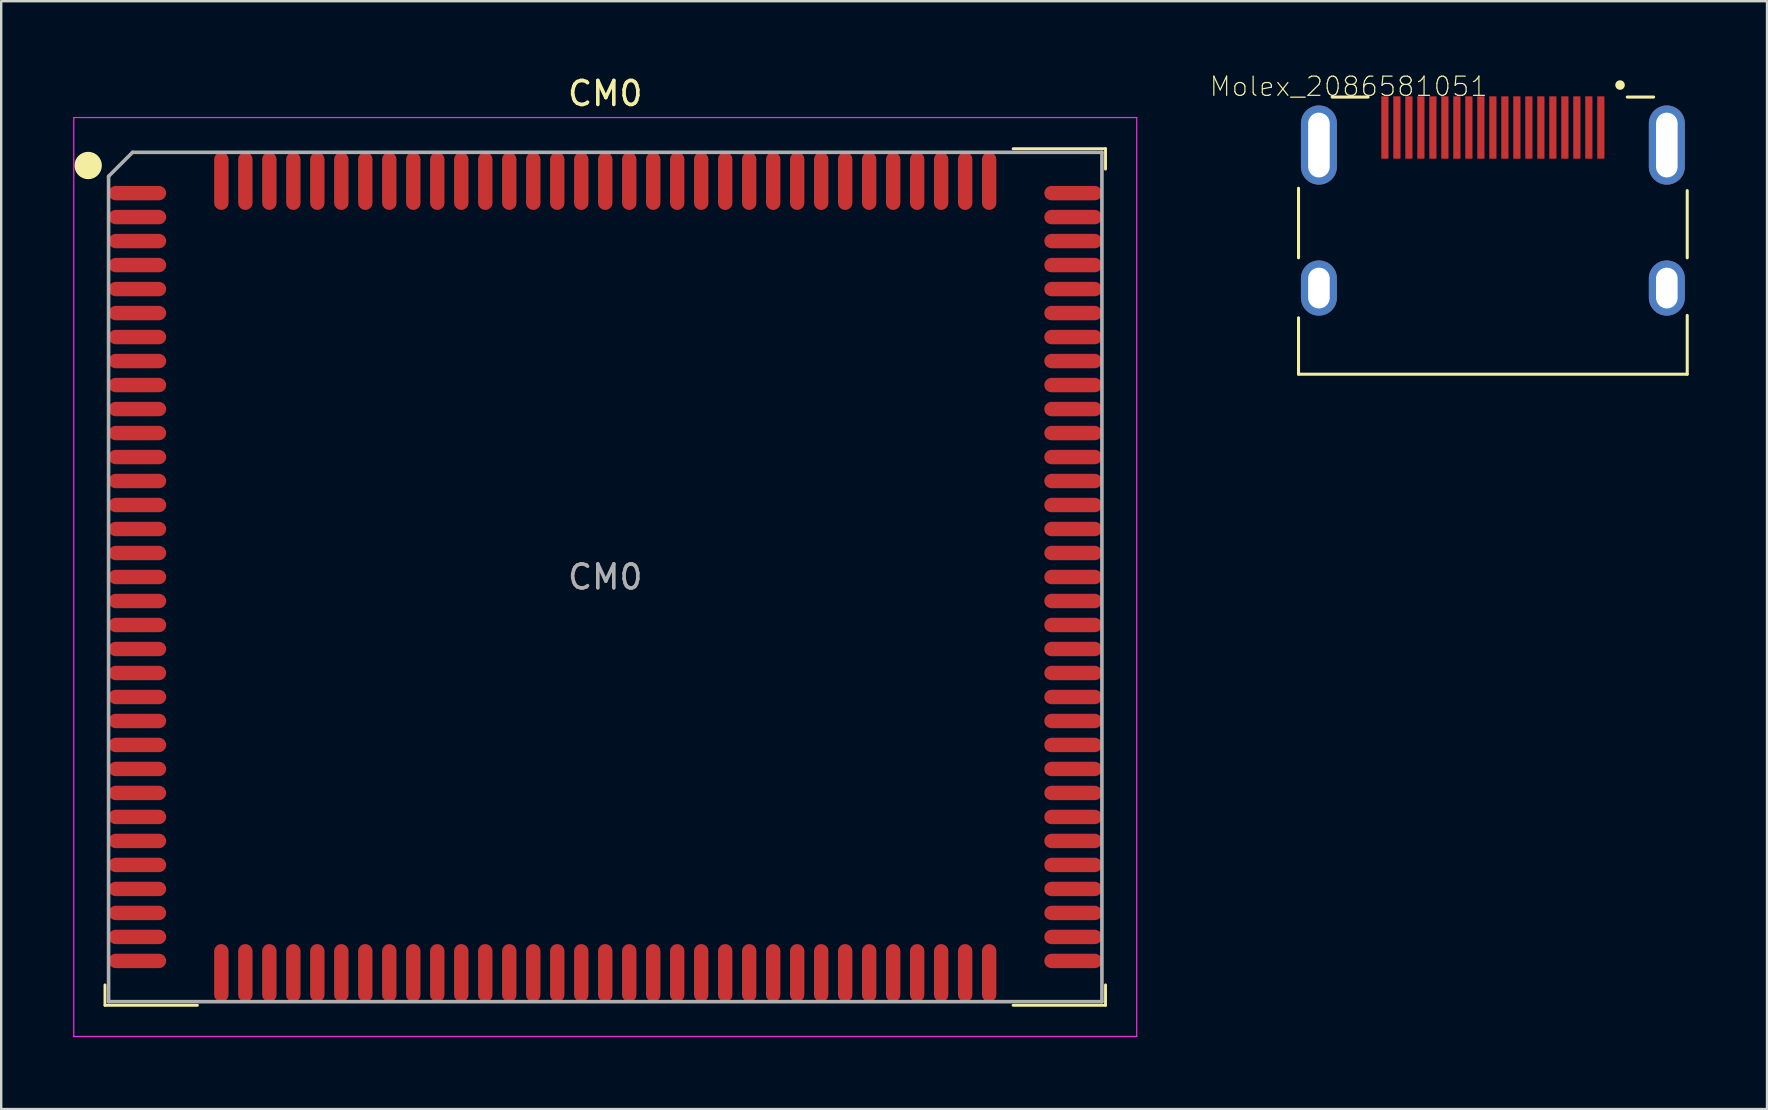
<source format=kicad_pcb>
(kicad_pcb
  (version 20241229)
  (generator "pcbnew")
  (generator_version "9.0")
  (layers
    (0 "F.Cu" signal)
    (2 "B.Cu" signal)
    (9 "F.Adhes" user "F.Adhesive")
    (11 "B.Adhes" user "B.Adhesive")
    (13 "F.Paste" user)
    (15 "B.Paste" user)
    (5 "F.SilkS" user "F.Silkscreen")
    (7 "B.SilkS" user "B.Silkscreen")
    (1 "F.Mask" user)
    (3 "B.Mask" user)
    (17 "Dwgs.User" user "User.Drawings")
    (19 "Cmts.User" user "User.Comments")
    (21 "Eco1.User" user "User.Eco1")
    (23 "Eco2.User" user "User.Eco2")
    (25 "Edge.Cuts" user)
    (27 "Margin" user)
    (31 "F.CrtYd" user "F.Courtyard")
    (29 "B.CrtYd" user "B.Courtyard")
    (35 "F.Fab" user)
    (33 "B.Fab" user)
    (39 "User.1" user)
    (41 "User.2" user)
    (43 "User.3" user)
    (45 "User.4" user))
  (footprint "Molex_2086581051"
    (layer "F.Cu")
    (at 59.169 2.995)
    (property "Reference" "Molex_2086581051" (at -6.011 -2.439 0) (layer "F.SilkS") (effects (font (size 0.8 0.8) (thickness 0.05))))
    (attr through_hole)
    (fp_line (start -8.1 4.7) (end -8.1 1.8) (stroke (width 0.127) (type solid)) (layer "F.SilkS"))
    (fp_line (start -8.1 9.55) (end -8.1 7.2) (stroke (width 0.127) (type solid)) (layer "F.SilkS"))
    (fp_line (start -8.1 9.55) (end 8.1 9.55) (stroke (width 0.127) (type solid)) (layer "F.SilkS"))
    (fp_line (start -6.7 -2) (end -5.2 -2) (stroke (width 0.127) (type solid)) (layer "F.SilkS"))
    (fp_line (start 5.6 -2) (end 6.7 -2) (stroke (width 0.127) (type solid)) (layer "F.SilkS"))
    (fp_line (start 8.1 1.9) (end 8.1 4.7) (stroke (width 0.127) (type solid)) (layer "F.SilkS"))
    (fp_line (start 8.1 7.1) (end 8.1 9.55) (stroke (width 0.127) (type solid)) (layer "F.SilkS"))
    (fp_circle (center 5.3 -2.5) (end 5.4 -2.5) (stroke (width 0.2) (type solid)) (fill no) (layer "F.SilkS"))
    (fp_line (start -8.35 -2.2) (end 8.4 -2.2) (stroke (width 0.05) (type solid)) (layer "Eco1.User"))
    (fp_line (start -8.35 8.5) (end -8.35 -2.2) (stroke (width 0.05) (type solid)) (layer "Eco1.User"))
    (fp_line (start -8.35 9.5) (end -8.35 8.5) (stroke (width 0.05) (type solid)) (layer "Eco1.User"))
    (fp_line (start 8.4 -2.2) (end 8.4 9.5) (stroke (width 0.05) (type solid)) (layer "Eco1.User"))
    (fp_line (start 8.4 9.5) (end -8.35 9.5) (stroke (width 0.05) (type solid)) (layer "Eco1.User"))
    (fp_line (start -8.1 -2) (end 8.1 -2) (stroke (width 0.127) (type solid)) (layer "Eco2.User"))
    (fp_line (start -8.1 8.5) (end -8.1 -2) (stroke (width 0.127) (type solid)) (layer "Eco2.User"))
    (fp_line (start -8.1 10.55) (end -8.1 8.5) (stroke (width 0.127) (type solid)) (layer "Eco2.User"))
    (fp_line (start 8.1 -2) (end 8.1 8.5) (stroke (width 0.127) (type solid)) (layer "Eco2.User"))
    (fp_line (start 8.1 8.5) (end 8.1 10.55) (stroke (width 0.127) (type solid)) (layer "Eco2.User"))
    (fp_line (start 8.1 10.55) (end -8.1 10.55) (stroke (width 0.127) (type solid)) (layer "Eco2.User"))
    (pad "1" smd rect (at 4.5 -0.73 90) (size 2.6 0.3) (layers "F.Cu" "F.Mask" "F.Paste"))
    (pad "2" smd rect (at 4 -0.73 90) (size 2.6 0.3) (layers "F.Cu" "F.Mask" "F.Paste"))
    (pad "3" smd rect (at 3.5 -0.73 90) (size 2.6 0.3) (layers "F.Cu" "F.Mask" "F.Paste"))
    (pad "4" smd rect (at 3 -0.73 90) (size 2.6 0.3) (layers "F.Cu" "F.Mask" "F.Paste"))
    (pad "5" smd rect (at 2.5 -0.73 90) (size 2.6 0.3) (layers "F.Cu" "F.Mask" "F.Paste"))
    (pad "6" smd rect (at 2 -0.73 90) (size 2.6 0.3) (layers "F.Cu" "F.Mask" "F.Paste"))
    (pad "7" smd rect (at 1.5 -0.73 90) (size 2.6 0.3) (layers "F.Cu" "F.Mask" "F.Paste"))
    (pad "8" smd rect (at 1 -0.73 90) (size 2.6 0.3) (layers "F.Cu" "F.Mask" "F.Paste"))
    (pad "9" smd rect (at 0.5 -0.73 90) (size 2.6 0.3) (layers "F.Cu" "F.Mask" "F.Paste"))
    (pad "10" smd rect (at 0 -0.73 90) (size 2.6 0.3) (layers "F.Cu" "F.Mask" "F.Paste"))
    (pad "11" smd rect (at -0.5 -0.73 90) (size 2.6 0.3) (layers "F.Cu" "F.Mask" "F.Paste"))
    (pad "12" smd rect (at -1 -0.73 90) (size 2.6 0.3) (layers "F.Cu" "F.Mask" "F.Paste"))
    (pad "13" smd rect (at -1.5 -0.73 90) (size 2.6 0.3) (layers "F.Cu" "F.Mask" "F.Paste"))
    (pad "14" smd rect (at -2 -0.73 90) (size 2.6 0.3) (layers "F.Cu" "F.Mask" "F.Paste"))
    (pad "15" smd rect (at -2.5 -0.73 90) (size 2.6 0.3) (layers "F.Cu" "F.Mask" "F.Paste"))
    (pad "16" smd rect (at -3 -0.73 90) (size 2.6 0.3) (layers "F.Cu" "F.Mask" "F.Paste"))
    (pad "17" smd rect (at -3.5 -0.73 90) (size 2.6 0.3) (layers "F.Cu" "F.Mask" "F.Paste"))
    (pad "18" smd rect (at -4 -0.73 90) (size 2.6 0.3) (layers "F.Cu" "F.Mask" "F.Paste"))
    (pad "19" smd rect (at -4.5 -0.73 90) (size 2.6 0.3) (layers "F.Cu" "F.Mask" "F.Paste"))
    (pad "SH1" thru_hole oval (at 7.25 0) (size 1.5 3.3) (drill oval 0.9 2.7) (layers "*.Cu" "*.Mask"))
    (pad "SH2" thru_hole oval (at -7.25 0) (size 1.5 3.3) (drill oval 0.9 2.7) (layers "*.Cu" "*.Mask"))
    (pad "SH3" thru_hole oval (at -7.25 5.96) (size 1.5 2.3) (drill oval 0.9 1.7) (layers "*.Cu" "*.Mask"))
    (pad "SH4" thru_hole oval (at 7.25 5.96) (size 1.5 2.3) (drill oval 0.9 1.7) (layers "*.Cu" "*.Mask")))
  (footprint "CM0"
    (layer "F.Cu")
    (at 22.175 20.998)
    (property "Reference" "CM0" (at 0 -20.15 0) (layer "F.SilkS") (effects (font (size 1 1) (thickness 0.15))))
    (attr smd)
    (fp_line (start -20.85 17.85) (end -20.85 17) (stroke (width 0.12) (type default)) (layer "F.SilkS"))
    (fp_line (start -17 17.85) (end -20.85 17.85) (stroke (width 0.12) (type default)) (layer "F.SilkS"))
    (fp_line (start 17 -17.85) (end 20.85 -17.85) (stroke (width 0.12) (type default)) (layer "F.SilkS"))
    (fp_line (start 17 17.85) (end 20.85 17.85) (stroke (width 0.12) (type default)) (layer "F.SilkS"))
    (fp_line (start 20.85 -17.85) (end 20.85 -17) (stroke (width 0.12) (type default)) (layer "F.SilkS"))
    (fp_line (start 20.85 17.85) (end 20.85 17) (stroke (width 0.12) (type default)) (layer "F.SilkS"))
    (fp_circle (center -21.55 -17.15) (end -21.35 -16.9) (stroke (width 0.5) (type default)) (fill yes) (layer "F.SilkS"))
    (fp_line (start -22.15 -19.15) (end 22.15 -19.15) (stroke (width 0.05) (type default)) (layer "F.CrtYd"))
    (fp_line (start -22.15 19.15) (end -22.15 -19.15) (stroke (width 0.05) (type default)) (layer "F.CrtYd"))
    (fp_line (start 22.15 -19.15) (end 22.15 19.15) (stroke (width 0.05) (type default)) (layer "F.CrtYd"))
    (fp_line (start 22.15 19.15) (end -22.15 19.15) (stroke (width 0.05) (type default)) (layer "F.CrtYd"))
    (fp_line (start -20.7 -16.7) (end -20.7 17.7) (stroke (width 0.15) (type default)) (layer "F.Fab"))
    (fp_line (start -20.7 17.7) (end 20.7 17.7) (stroke (width 0.15) (type default)) (layer "F.Fab"))
    (fp_line (start -19.7 -17.7) (end -20.7 -16.7) (stroke (width 0.15) (type default)) (layer "F.Fab"))
    (fp_line (start 20.7 -17.7) (end -19.7 -17.7) (stroke (width 0.15) (type default)) (layer "F.Fab"))
    (fp_line (start 20.7 17.7) (end 20.7 -17.7) (stroke (width 0.15) (type default)) (layer "F.Fab"))
    (fp_text user "${REFERENCE}" (at 0 0 0) (layer "F.Fab") (effects (font (size 1 1) (thickness 0.15))))
    (pad "1" smd oval (at -19.5 -16 90) (size 0.6 2.4) (layers "F.Cu" "F.Mask" "F.Paste"))
    (pad "2" smd oval (at -19.5 -15 90) (size 0.6 2.4) (layers "F.Cu" "F.Mask" "F.Paste"))
    (pad "3" smd oval (at -19.5 -14 90) (size 0.6 2.4) (layers "F.Cu" "F.Mask" "F.Paste"))
    (pad "4" smd oval (at -19.5 -13 90) (size 0.6 2.4) (layers "F.Cu" "F.Mask" "F.Paste"))
    (pad "5" smd oval (at -19.5 -12 90) (size 0.6 2.4) (layers "F.Cu" "F.Mask" "F.Paste"))
    (pad "6" smd oval (at -19.5 -11 90) (size 0.6 2.4) (layers "F.Cu" "F.Mask" "F.Paste"))
    (pad "7" smd oval (at -19.5 -10 90) (size 0.6 2.4) (layers "F.Cu" "F.Mask" "F.Paste"))
    (pad "8" smd oval (at -19.5 -9 90) (size 0.6 2.4) (layers "F.Cu" "F.Mask" "F.Paste"))
    (pad "9" smd oval (at -19.5 -8 90) (size 0.6 2.4) (layers "F.Cu" "F.Mask" "F.Paste"))
    (pad "10" smd oval (at -19.5 -7 90) (size 0.6 2.4) (layers "F.Cu" "F.Mask" "F.Paste"))
    (pad "11" smd oval (at -19.5 -6 90) (size 0.6 2.4) (layers "F.Cu" "F.Mask" "F.Paste"))
    (pad "12" smd oval (at -19.5 -5 90) (size 0.6 2.4) (layers "F.Cu" "F.Mask" "F.Paste"))
    (pad "13" smd oval (at -19.5 -4 90) (size 0.6 2.4) (layers "F.Cu" "F.Mask" "F.Paste"))
    (pad "14" smd oval (at -19.5 -3 90) (size 0.6 2.4) (layers "F.Cu" "F.Mask" "F.Paste"))
    (pad "15" smd oval (at -19.5 -2 90) (size 0.6 2.4) (layers "F.Cu" "F.Mask" "F.Paste"))
    (pad "16" smd oval (at -19.5 -1 90) (size 0.6 2.4) (layers "F.Cu" "F.Mask" "F.Paste"))
    (pad "17" smd oval (at -19.5 0 90) (size 0.6 2.4) (layers "F.Cu" "F.Mask" "F.Paste"))
    (pad "18" smd oval (at -19.5 1 90) (size 0.6 2.4) (layers "F.Cu" "F.Mask" "F.Paste"))
    (pad "19" smd oval (at -19.5 2 90) (size 0.6 2.4) (layers "F.Cu" "F.Mask" "F.Paste"))
    (pad "20" smd oval (at -19.5 3 90) (size 0.6 2.4) (layers "F.Cu" "F.Mask" "F.Paste"))
    (pad "21" smd oval (at -19.5 4 90) (size 0.6 2.4) (layers "F.Cu" "F.Mask" "F.Paste"))
    (pad "22" smd oval (at -19.5 5 90) (size 0.6 2.4) (layers "F.Cu" "F.Mask" "F.Paste"))
    (pad "23" smd oval (at -19.5 6 90) (size 0.6 2.4) (layers "F.Cu" "F.Mask" "F.Paste"))
    (pad "24" smd oval (at -19.5 7 90) (size 0.6 2.4) (layers "F.Cu" "F.Mask" "F.Paste"))
    (pad "25" smd oval (at -19.5 8 90) (size 0.6 2.4) (layers "F.Cu" "F.Mask" "F.Paste"))
    (pad "26" smd oval (at -19.5 9 90) (size 0.6 2.4) (layers "F.Cu" "F.Mask" "F.Paste"))
    (pad "27" smd oval (at -19.5 10 90) (size 0.6 2.4) (layers "F.Cu" "F.Mask" "F.Paste"))
    (pad "28" smd oval (at -19.5 11 90) (size 0.6 2.4) (layers "F.Cu" "F.Mask" "F.Paste"))
    (pad "29" smd oval (at -19.5 12 90) (size 0.6 2.4) (layers "F.Cu" "F.Mask" "F.Paste"))
    (pad "30" smd oval (at -19.5 13 90) (size 0.6 2.4) (layers "F.Cu" "F.Mask" "F.Paste"))
    (pad "31" smd oval (at -19.5 14 90) (size 0.6 2.4) (layers "F.Cu" "F.Mask" "F.Paste"))
    (pad "32" smd oval (at -19.5 15 90) (size 0.6 2.4) (layers "F.Cu" "F.Mask" "F.Paste"))
    (pad "33" smd oval (at -19.5 16 90) (size 0.6 2.4) (layers "F.Cu" "F.Mask" "F.Paste"))
    (pad "34" smd oval (at -16 16.5) (size 0.6 2.4) (layers "F.Cu" "F.Mask" "F.Paste"))
    (pad "35" smd oval (at -15 16.5) (size 0.6 2.4) (layers "F.Cu" "F.Mask" "F.Paste"))
    (pad "36" smd oval (at -14 16.5) (size 0.6 2.4) (layers "F.Cu" "F.Mask" "F.Paste"))
    (pad "37" smd oval (at -13 16.5) (size 0.6 2.4) (layers "F.Cu" "F.Mask" "F.Paste"))
    (pad "38" smd oval (at -12 16.5) (size 0.6 2.4) (layers "F.Cu" "F.Mask" "F.Paste"))
    (pad "39" smd oval (at -11 16.5) (size 0.6 2.4) (layers "F.Cu" "F.Mask" "F.Paste"))
    (pad "40" smd oval (at -10 16.5) (size 0.6 2.4) (layers "F.Cu" "F.Mask" "F.Paste"))
    (pad "41" smd oval (at -9 16.5) (size 0.6 2.4) (layers "F.Cu" "F.Mask" "F.Paste"))
    (pad "42" smd oval (at -8 16.5) (size 0.6 2.4) (layers "F.Cu" "F.Mask" "F.Paste"))
    (pad "43" smd oval (at -7 16.5) (size 0.6 2.4) (layers "F.Cu" "F.Mask" "F.Paste"))
    (pad "44" smd oval (at -6 16.5) (size 0.6 2.4) (layers "F.Cu" "F.Mask" "F.Paste"))
    (pad "45" smd oval (at -5 16.5) (size 0.6 2.4) (layers "F.Cu" "F.Mask" "F.Paste"))
    (pad "46" smd oval (at -4 16.5) (size 0.6 2.4) (layers "F.Cu" "F.Mask" "F.Paste"))
    (pad "47" smd oval (at -3 16.5) (size 0.6 2.4) (layers "F.Cu" "F.Mask" "F.Paste"))
    (pad "48" smd oval (at -2 16.5) (size 0.6 2.4) (layers "F.Cu" "F.Mask" "F.Paste"))
    (pad "49" smd oval (at -1 16.5) (size 0.6 2.4) (layers "F.Cu" "F.Mask" "F.Paste"))
    (pad "50" smd oval (at 0 16.5) (size 0.6 2.4) (layers "F.Cu" "F.Mask" "F.Paste"))
    (pad "51" smd oval (at 1 16.5) (size 0.6 2.4) (layers "F.Cu" "F.Mask" "F.Paste"))
    (pad "52" smd oval (at 2 16.5) (size 0.6 2.4) (layers "F.Cu" "F.Mask" "F.Paste"))
    (pad "53" smd oval (at 3 16.5) (size 0.6 2.4) (layers "F.Cu" "F.Mask" "F.Paste"))
    (pad "54" smd oval (at 4 16.5) (size 0.6 2.4) (layers "F.Cu" "F.Mask" "F.Paste"))
    (pad "55" smd oval (at 5 16.5) (size 0.6 2.4) (layers "F.Cu" "F.Mask" "F.Paste"))
    (pad "56" smd oval (at 6 16.5) (size 0.6 2.4) (layers "F.Cu" "F.Mask" "F.Paste"))
    (pad "57" smd oval (at 7 16.5) (size 0.6 2.4) (layers "F.Cu" "F.Mask" "F.Paste"))
    (pad "58" smd oval (at 8 16.5) (size 0.6 2.4) (layers "F.Cu" "F.Mask" "F.Paste"))
    (pad "59" smd oval (at 9 16.5) (size 0.6 2.4) (layers "F.Cu" "F.Mask" "F.Paste"))
    (pad "60" smd oval (at 10 16.5) (size 0.6 2.4) (layers "F.Cu" "F.Mask" "F.Paste"))
    (pad "61" smd oval (at 11 16.5) (size 0.6 2.4) (layers "F.Cu" "F.Mask" "F.Paste"))
    (pad "62" smd oval (at 12 16.5) (size 0.6 2.4) (layers "F.Cu" "F.Mask" "F.Paste"))
    (pad "63" smd oval (at 13 16.5) (size 0.6 2.4) (layers "F.Cu" "F.Mask" "F.Paste"))
    (pad "64" smd oval (at 14 16.5) (size 0.6 2.4) (layers "F.Cu" "F.Mask" "F.Paste"))
    (pad "65" smd oval (at 15 16.5) (size 0.6 2.4) (layers "F.Cu" "F.Mask" "F.Paste"))
    (pad "66" smd oval (at 16 16.5) (size 0.6 2.4) (layers "F.Cu" "F.Mask" "F.Paste"))
    (pad "67" smd oval (at 19.5 16 90) (size 0.6 2.4) (layers "F.Cu" "F.Mask" "F.Paste"))
    (pad "68" smd oval (at 19.5 15 90) (size 0.6 2.4) (layers "F.Cu" "F.Mask" "F.Paste"))
    (pad "69" smd oval (at 19.5 14 90) (size 0.6 2.4) (layers "F.Cu" "F.Mask" "F.Paste"))
    (pad "70" smd oval (at 19.5 13 90) (size 0.6 2.4) (layers "F.Cu" "F.Mask" "F.Paste"))
    (pad "71" smd oval (at 19.5 12 90) (size 0.6 2.4) (layers "F.Cu" "F.Mask" "F.Paste"))
    (pad "72" smd oval (at 19.5 11 90) (size 0.6 2.4) (layers "F.Cu" "F.Mask" "F.Paste"))
    (pad "73" smd oval (at 19.5 10 90) (size 0.6 2.4) (layers "F.Cu" "F.Mask" "F.Paste"))
    (pad "74" smd oval (at 19.5 9 90) (size 0.6 2.4) (layers "F.Cu" "F.Mask" "F.Paste"))
    (pad "75" smd oval (at 19.5 8 90) (size 0.6 2.4) (layers "F.Cu" "F.Mask" "F.Paste"))
    (pad "76" smd oval (at 19.5 7 90) (size 0.6 2.4) (layers "F.Cu" "F.Mask" "F.Paste"))
    (pad "77" smd oval (at 19.5 6 90) (size 0.6 2.4) (layers "F.Cu" "F.Mask" "F.Paste"))
    (pad "78" smd oval (at 19.5 5 90) (size 0.6 2.4) (layers "F.Cu" "F.Mask" "F.Paste"))
    (pad "79" smd oval (at 19.5 4 90) (size 0.6 2.4) (layers "F.Cu" "F.Mask" "F.Paste"))
    (pad "80" smd oval (at 19.5 3 90) (size 0.6 2.4) (layers "F.Cu" "F.Mask" "F.Paste"))
    (pad "81" smd oval (at 19.5 2 90) (size 0.6 2.4) (layers "F.Cu" "F.Mask" "F.Paste"))
    (pad "82" smd oval (at 19.5 1 90) (size 0.6 2.4) (layers "F.Cu" "F.Mask" "F.Paste"))
    (pad "83" smd oval (at 19.5 0 90) (size 0.6 2.4) (layers "F.Cu" "F.Mask" "F.Paste"))
    (pad "84" smd oval (at 19.5 -1 90) (size 0.6 2.4) (layers "F.Cu" "F.Mask" "F.Paste"))
    (pad "85" smd oval (at 19.5 -2 90) (size 0.6 2.4) (layers "F.Cu" "F.Mask" "F.Paste"))
    (pad "86" smd oval (at 19.5 -3 90) (size 0.6 2.4) (layers "F.Cu" "F.Mask" "F.Paste"))
    (pad "87" smd oval (at 19.5 -4 90) (size 0.6 2.4) (layers "F.Cu" "F.Mask" "F.Paste"))
    (pad "88" smd oval (at 19.5 -5 90) (size 0.6 2.4) (layers "F.Cu" "F.Mask" "F.Paste"))
    (pad "89" smd oval (at 19.5 -6 90) (size 0.6 2.4) (layers "F.Cu" "F.Mask" "F.Paste"))
    (pad "90" smd oval (at 19.5 -7 90) (size 0.6 2.4) (layers "F.Cu" "F.Mask" "F.Paste"))
    (pad "91" smd oval (at 19.5 -8 90) (size 0.6 2.4) (layers "F.Cu" "F.Mask" "F.Paste"))
    (pad "92" smd oval (at 19.5 -9 90) (size 0.6 2.4) (layers "F.Cu" "F.Mask" "F.Paste"))
    (pad "93" smd oval (at 19.5 -10 90) (size 0.6 2.4) (layers "F.Cu" "F.Mask" "F.Paste"))
    (pad "94" smd oval (at 19.5 -11 90) (size 0.6 2.4) (layers "F.Cu" "F.Mask" "F.Paste"))
    (pad "95" smd oval (at 19.5 -12 90) (size 0.6 2.4) (layers "F.Cu" "F.Mask" "F.Paste"))
    (pad "96" smd oval (at 19.5 -13 90) (size 0.6 2.4) (layers "F.Cu" "F.Mask" "F.Paste"))
    (pad "97" smd oval (at 19.5 -14 90) (size 0.6 2.4) (layers "F.Cu" "F.Mask" "F.Paste"))
    (pad "98" smd oval (at 19.5 -15 90) (size 0.6 2.4) (layers "F.Cu" "F.Mask" "F.Paste"))
    (pad "99" smd oval (at 19.5 -16 90) (size 0.6 2.4) (layers "F.Cu" "F.Mask" "F.Paste"))
    (pad "100" smd oval (at 16 -16.5) (size 0.6 2.4) (layers "F.Cu" "F.Mask" "F.Paste"))
    (pad "101" smd oval (at 15 -16.5) (size 0.6 2.4) (layers "F.Cu" "F.Mask" "F.Paste"))
    (pad "102" smd oval (at 14 -16.5) (size 0.6 2.4) (layers "F.Cu" "F.Mask" "F.Paste"))
    (pad "103" smd oval (at 13 -16.5) (size 0.6 2.4) (layers "F.Cu" "F.Mask" "F.Paste"))
    (pad "104" smd oval (at 12 -16.5) (size 0.6 2.4) (layers "F.Cu" "F.Mask" "F.Paste"))
    (pad "105" smd oval (at 11 -16.5) (size 0.6 2.4) (layers "F.Cu" "F.Mask" "F.Paste"))
    (pad "106" smd oval (at 10 -16.5) (size 0.6 2.4) (layers "F.Cu" "F.Mask" "F.Paste"))
    (pad "107" smd oval (at 9 -16.5) (size 0.6 2.4) (layers "F.Cu" "F.Mask" "F.Paste"))
    (pad "108" smd oval (at 8 -16.5) (size 0.6 2.4) (layers "F.Cu" "F.Mask" "F.Paste"))
    (pad "109" smd oval (at 7 -16.5) (size 0.6 2.4) (layers "F.Cu" "F.Mask" "F.Paste"))
    (pad "110" smd oval (at 6 -16.5) (size 0.6 2.4) (layers "F.Cu" "F.Mask" "F.Paste"))
    (pad "111" smd oval (at 5 -16.5) (size 0.6 2.4) (layers "F.Cu" "F.Mask" "F.Paste"))
    (pad "112" smd oval (at 4 -16.5) (size 0.6 2.4) (layers "F.Cu" "F.Mask" "F.Paste"))
    (pad "113" smd oval (at 3 -16.5) (size 0.6 2.4) (layers "F.Cu" "F.Mask" "F.Paste"))
    (pad "114" smd oval (at 2 -16.5) (size 0.6 2.4) (layers "F.Cu" "F.Mask" "F.Paste"))
    (pad "115" smd oval (at 1 -16.5) (size 0.6 2.4) (layers "F.Cu" "F.Mask" "F.Paste"))
    (pad "116" smd oval (at 0 -16.5) (size 0.6 2.4) (layers "F.Cu" "F.Mask" "F.Paste"))
    (pad "117" smd oval (at -1 -16.5) (size 0.6 2.4) (layers "F.Cu" "F.Mask" "F.Paste"))
    (pad "118" smd oval (at -2 -16.5) (size 0.6 2.4) (layers "F.Cu" "F.Mask" "F.Paste"))
    (pad "119" smd oval (at -3 -16.5) (size 0.6 2.4) (layers "F.Cu" "F.Mask" "F.Paste"))
    (pad "120" smd oval (at -4 -16.5) (size 0.6 2.4) (layers "F.Cu" "F.Mask" "F.Paste"))
    (pad "121" smd oval (at -5 -16.5) (size 0.6 2.4) (layers "F.Cu" "F.Mask" "F.Paste"))
    (pad "122" smd oval (at -6 -16.5) (size 0.6 2.4) (layers "F.Cu" "F.Mask" "F.Paste"))
    (pad "123" smd oval (at -7 -16.5) (size 0.6 2.4) (layers "F.Cu" "F.Mask" "F.Paste"))
    (pad "124" smd oval (at -8 -16.5) (size 0.6 2.4) (layers "F.Cu" "F.Mask" "F.Paste"))
    (pad "125" smd oval (at -9 -16.5) (size 0.6 2.4) (layers "F.Cu" "F.Mask" "F.Paste"))
    (pad "126" smd oval (at -10 -16.5) (size 0.6 2.4) (layers "F.Cu" "F.Mask" "F.Paste"))
    (pad "127" smd oval (at -11 -16.5) (size 0.6 2.4) (layers "F.Cu" "F.Mask" "F.Paste"))
    (pad "128" smd oval (at -12 -16.5) (size 0.6 2.4) (layers "F.Cu" "F.Mask" "F.Paste"))
    (pad "129" smd oval (at -13 -16.5) (size 0.6 2.4) (layers "F.Cu" "F.Mask" "F.Paste"))
    (pad "130" smd oval (at -14 -16.5) (size 0.6 2.4) (layers "F.Cu" "F.Mask" "F.Paste"))
    (pad "131" smd oval (at -15 -16.5) (size 0.6 2.4) (layers "F.Cu" "F.Mask" "F.Paste"))
    (pad "132" smd oval (at -16 -16.5) (size 0.6 2.4) (layers "F.Cu" "F.Mask" "F.Paste")))
  (gr_rect
    (start -3 -3)
    (end 70.594 43.173)
    (stroke (width 0.1) (type default))
    (fill no)
    (layer "Edge.Cuts")))
</source>
